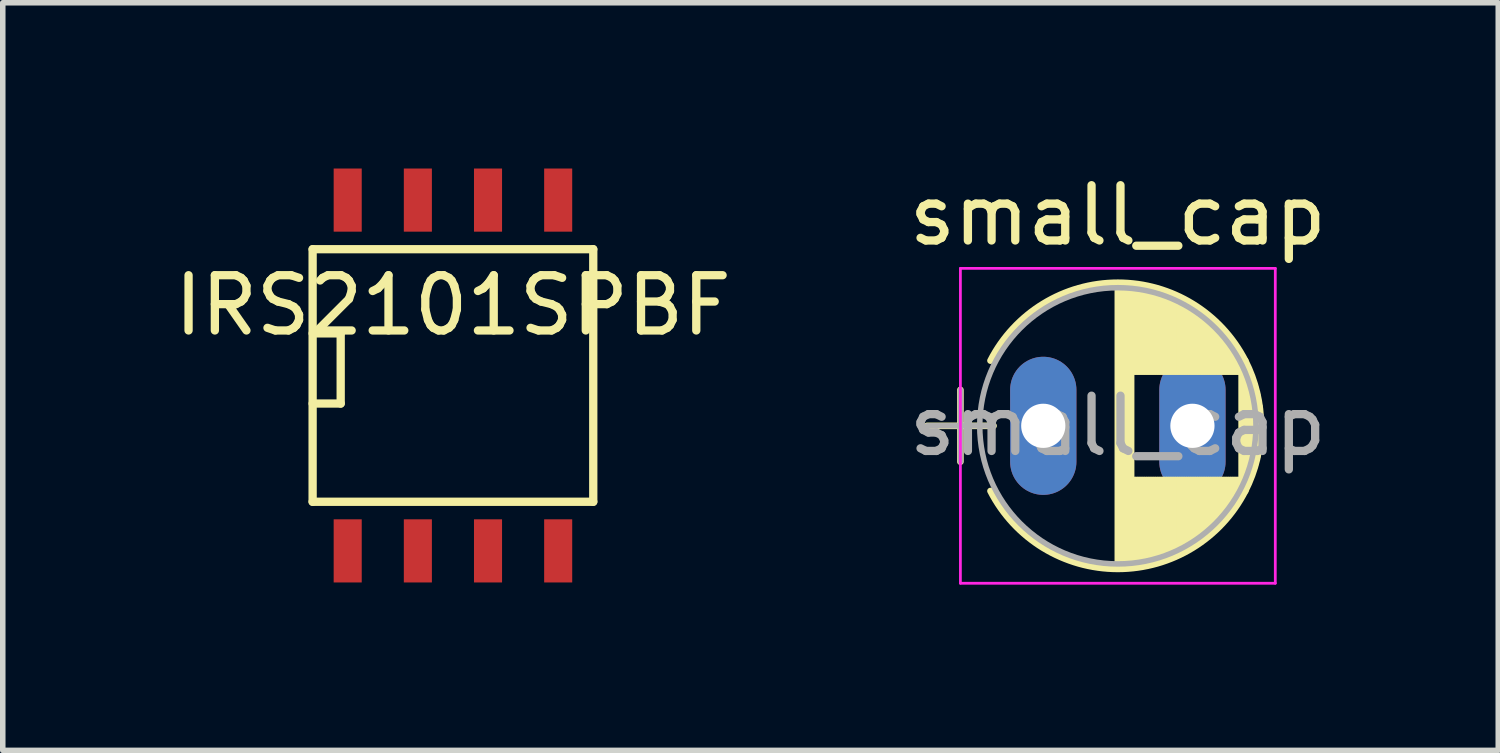
<source format=kicad_pcb>
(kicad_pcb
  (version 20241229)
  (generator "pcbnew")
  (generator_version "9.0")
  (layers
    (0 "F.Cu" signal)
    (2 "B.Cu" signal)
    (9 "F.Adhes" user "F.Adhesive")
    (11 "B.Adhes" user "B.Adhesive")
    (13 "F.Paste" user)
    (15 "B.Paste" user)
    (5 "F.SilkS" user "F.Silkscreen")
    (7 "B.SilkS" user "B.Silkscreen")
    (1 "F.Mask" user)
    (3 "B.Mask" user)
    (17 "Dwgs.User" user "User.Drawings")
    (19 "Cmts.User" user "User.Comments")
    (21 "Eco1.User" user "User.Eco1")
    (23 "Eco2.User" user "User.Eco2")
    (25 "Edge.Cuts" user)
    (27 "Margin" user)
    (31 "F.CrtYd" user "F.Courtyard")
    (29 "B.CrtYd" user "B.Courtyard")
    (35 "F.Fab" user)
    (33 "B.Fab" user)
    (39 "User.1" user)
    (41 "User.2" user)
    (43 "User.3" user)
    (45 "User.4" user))
  (footprint "IRS2101SPBF"
    (layer "F.Cu")
    (at 5.149 3.747)
    (property "Reference" "IRS2101SPBF" (at 0 -1.27 0) (layer "F.SilkS") (effects (font (size 1 1) (thickness 0.15))))
    (attr smd)
    (fp_line (start -2.54 -2.286) (end 2.54 -2.286) (stroke (width 0.15) (type solid)) (layer "F.SilkS"))
    (fp_line (start -2.54 -0.762) (end -2.032 -0.762) (stroke (width 0.15) (type solid)) (layer "F.SilkS"))
    (fp_line (start -2.54 2.286) (end -2.54 -2.286) (stroke (width 0.15) (type solid)) (layer "F.SilkS"))
    (fp_line (start -2.032 -0.762) (end -2.032 0.508) (stroke (width 0.15) (type solid)) (layer "F.SilkS"))
    (fp_line (start -2.032 0.508) (end -2.54 0.508) (stroke (width 0.15) (type solid)) (layer "F.SilkS"))
    (fp_line (start 2.54 -2.286) (end 2.54 2.286) (stroke (width 0.15) (type solid)) (layer "F.SilkS"))
    (fp_line (start 2.54 2.286) (end -2.54 2.286) (stroke (width 0.15) (type solid)) (layer "F.SilkS"))
    (pad "1VCC" smd rect (at -1.905 3.175) (size 0.508 1.143) (layers "F.Cu" "F.Mask" "F.Paste"))
    (pad "2HIN" smd rect (at -0.635 3.175) (size 0.508 1.143) (layers "F.Cu" "F.Mask" "F.Paste"))
    (pad "3LIN" smd rect (at 0.635 3.175) (size 0.508 1.143) (layers "F.Cu" "F.Mask" "F.Paste"))
    (pad "4COM" smd rect (at 1.905 3.175) (size 0.508 1.143) (layers "F.Cu" "F.Mask" "F.Paste"))
    (pad "5LO" smd rect (at 1.905 -3.175) (size 0.508 1.143) (layers "F.Cu" "F.Mask" "F.Paste"))
    (pad "6VS" smd rect (at 0.635 -3.175) (size 0.508 1.143) (layers "F.Cu" "F.Mask" "F.Paste"))
    (pad "7HO" smd rect (at -0.635 -3.175) (size 0.508 1.143) (layers "F.Cu" "F.Mask" "F.Paste"))
    (pad "8VB" smd rect (at -1.905 -3.175) (size 0.508 1.143) (layers "F.Cu" "F.Mask" "F.Paste")))
  (footprint "small_cap"
    (layer "F.Cu")
    (at 15.935 4.658)
    (property "Reference" "small_cap" (at 1.25 -3.81 0) (layer "F.SilkS") (effects (font (size 1 1) (thickness 0.15))))
    (attr through_hole)
    (fp_line (start -2.2 0) (end -1 0) (stroke (width 0.12) (type solid)) (layer "F.SilkS"))
    (fp_line (start -1.6 -0.65) (end -1.6 0.65) (stroke (width 0.12) (type solid)) (layer "F.SilkS"))
    (fp_line (start 1.25 -2.55) (end 1.25 2.55) (stroke (width 0.12) (type solid)) (layer "F.SilkS"))
    (fp_line (start 1.29 -2.55) (end 1.29 2.55) (stroke (width 0.12) (type solid)) (layer "F.SilkS"))
    (fp_line (start 1.33 -2.549) (end 1.33 2.549) (stroke (width 0.12) (type solid)) (layer "F.SilkS"))
    (fp_line (start 1.37 -2.548) (end 1.37 2.548) (stroke (width 0.12) (type solid)) (layer "F.SilkS"))
    (fp_line (start 1.41 -2.546) (end 1.41 2.546) (stroke (width 0.12) (type solid)) (layer "F.SilkS"))
    (fp_line (start 1.45 -2.543) (end 1.45 2.543) (stroke (width 0.12) (type solid)) (layer "F.SilkS"))
    (fp_line (start 1.49 -2.539) (end 1.49 2.539) (stroke (width 0.12) (type solid)) (layer "F.SilkS"))
    (fp_line (start 1.53 -2.535) (end 1.53 -0.98) (stroke (width 0.12) (type solid)) (layer "F.SilkS"))
    (fp_line (start 1.53 0.98) (end 1.53 2.535) (stroke (width 0.12) (type solid)) (layer "F.SilkS"))
    (fp_line (start 1.57 -2.531) (end 1.57 -0.98) (stroke (width 0.12) (type solid)) (layer "F.SilkS"))
    (fp_line (start 1.57 0.98) (end 1.57 2.531) (stroke (width 0.12) (type solid)) (layer "F.SilkS"))
    (fp_line (start 1.61 -2.525) (end 1.61 -0.98) (stroke (width 0.12) (type solid)) (layer "F.SilkS"))
    (fp_line (start 1.61 0.98) (end 1.61 2.525) (stroke (width 0.12) (type solid)) (layer "F.SilkS"))
    (fp_line (start 1.65 -2.519) (end 1.65 -0.98) (stroke (width 0.12) (type solid)) (layer "F.SilkS"))
    (fp_line (start 1.65 0.98) (end 1.65 2.519) (stroke (width 0.12) (type solid)) (layer "F.SilkS"))
    (fp_line (start 1.69 -2.513) (end 1.69 -0.98) (stroke (width 0.12) (type solid)) (layer "F.SilkS"))
    (fp_line (start 1.69 0.98) (end 1.69 2.513) (stroke (width 0.12) (type solid)) (layer "F.SilkS"))
    (fp_line (start 1.73 -2.506) (end 1.73 -0.98) (stroke (width 0.12) (type solid)) (layer "F.SilkS"))
    (fp_line (start 1.73 0.98) (end 1.73 2.506) (stroke (width 0.12) (type solid)) (layer "F.SilkS"))
    (fp_line (start 1.77 -2.498) (end 1.77 -0.98) (stroke (width 0.12) (type solid)) (layer "F.SilkS"))
    (fp_line (start 1.77 0.98) (end 1.77 2.498) (stroke (width 0.12) (type solid)) (layer "F.SilkS"))
    (fp_line (start 1.81 -2.489) (end 1.81 -0.98) (stroke (width 0.12) (type solid)) (layer "F.SilkS"))
    (fp_line (start 1.81 0.98) (end 1.81 2.489) (stroke (width 0.12) (type solid)) (layer "F.SilkS"))
    (fp_line (start 1.85 -2.48) (end 1.85 -0.98) (stroke (width 0.12) (type solid)) (layer "F.SilkS"))
    (fp_line (start 1.85 0.98) (end 1.85 2.48) (stroke (width 0.12) (type solid)) (layer "F.SilkS"))
    (fp_line (start 1.89 -2.47) (end 1.89 -0.98) (stroke (width 0.12) (type solid)) (layer "F.SilkS"))
    (fp_line (start 1.89 0.98) (end 1.89 2.47) (stroke (width 0.12) (type solid)) (layer "F.SilkS"))
    (fp_line (start 1.93 -2.46) (end 1.93 -0.98) (stroke (width 0.12) (type solid)) (layer "F.SilkS"))
    (fp_line (start 1.93 0.98) (end 1.93 2.46) (stroke (width 0.12) (type solid)) (layer "F.SilkS"))
    (fp_line (start 1.971 -2.448) (end 1.971 -0.98) (stroke (width 0.12) (type solid)) (layer "F.SilkS"))
    (fp_line (start 1.971 0.98) (end 1.971 2.448) (stroke (width 0.12) (type solid)) (layer "F.SilkS"))
    (fp_line (start 2.011 -2.436) (end 2.011 -0.98) (stroke (width 0.12) (type solid)) (layer "F.SilkS"))
    (fp_line (start 2.011 0.98) (end 2.011 2.436) (stroke (width 0.12) (type solid)) (layer "F.SilkS"))
    (fp_line (start 2.051 -2.424) (end 2.051 -0.98) (stroke (width 0.12) (type solid)) (layer "F.SilkS"))
    (fp_line (start 2.051 0.98) (end 2.051 2.424) (stroke (width 0.12) (type solid)) (layer "F.SilkS"))
    (fp_line (start 2.091 -2.41) (end 2.091 -0.98) (stroke (width 0.12) (type solid)) (layer "F.SilkS"))
    (fp_line (start 2.091 0.98) (end 2.091 2.41) (stroke (width 0.12) (type solid)) (layer "F.SilkS"))
    (fp_line (start 2.131 -2.396) (end 2.131 -0.98) (stroke (width 0.12) (type solid)) (layer "F.SilkS"))
    (fp_line (start 2.131 0.98) (end 2.131 2.396) (stroke (width 0.12) (type solid)) (layer "F.SilkS"))
    (fp_line (start 2.171 -2.382) (end 2.171 -0.98) (stroke (width 0.12) (type solid)) (layer "F.SilkS"))
    (fp_line (start 2.171 0.98) (end 2.171 2.382) (stroke (width 0.12) (type solid)) (layer "F.SilkS"))
    (fp_line (start 2.211 -2.366) (end 2.211 -0.98) (stroke (width 0.12) (type solid)) (layer "F.SilkS"))
    (fp_line (start 2.211 0.98) (end 2.211 2.366) (stroke (width 0.12) (type solid)) (layer "F.SilkS"))
    (fp_line (start 2.251 -2.35) (end 2.251 -0.98) (stroke (width 0.12) (type solid)) (layer "F.SilkS"))
    (fp_line (start 2.251 0.98) (end 2.251 2.35) (stroke (width 0.12) (type solid)) (layer "F.SilkS"))
    (fp_line (start 2.291 -2.333) (end 2.291 -0.98) (stroke (width 0.12) (type solid)) (layer "F.SilkS"))
    (fp_line (start 2.291 0.98) (end 2.291 2.333) (stroke (width 0.12) (type solid)) (layer "F.SilkS"))
    (fp_line (start 2.331 -2.315) (end 2.331 -0.98) (stroke (width 0.12) (type solid)) (layer "F.SilkS"))
    (fp_line (start 2.331 0.98) (end 2.331 2.315) (stroke (width 0.12) (type solid)) (layer "F.SilkS"))
    (fp_line (start 2.371 -2.296) (end 2.371 -0.98) (stroke (width 0.12) (type solid)) (layer "F.SilkS"))
    (fp_line (start 2.371 0.98) (end 2.371 2.296) (stroke (width 0.12) (type solid)) (layer "F.SilkS"))
    (fp_line (start 2.411 -2.276) (end 2.411 -0.98) (stroke (width 0.12) (type solid)) (layer "F.SilkS"))
    (fp_line (start 2.411 0.98) (end 2.411 2.276) (stroke (width 0.12) (type solid)) (layer "F.SilkS"))
    (fp_line (start 2.451 -2.256) (end 2.451 -0.98) (stroke (width 0.12) (type solid)) (layer "F.SilkS"))
    (fp_line (start 2.451 0.98) (end 2.451 2.256) (stroke (width 0.12) (type solid)) (layer "F.SilkS"))
    (fp_line (start 2.491 -2.234) (end 2.491 -0.98) (stroke (width 0.12) (type solid)) (layer "F.SilkS"))
    (fp_line (start 2.491 0.98) (end 2.491 2.234) (stroke (width 0.12) (type solid)) (layer "F.SilkS"))
    (fp_line (start 2.531 -2.212) (end 2.531 -0.98) (stroke (width 0.12) (type solid)) (layer "F.SilkS"))
    (fp_line (start 2.531 0.98) (end 2.531 2.212) (stroke (width 0.12) (type solid)) (layer "F.SilkS"))
    (fp_line (start 2.571 -2.189) (end 2.571 -0.98) (stroke (width 0.12) (type solid)) (layer "F.SilkS"))
    (fp_line (start 2.571 0.98) (end 2.571 2.189) (stroke (width 0.12) (type solid)) (layer "F.SilkS"))
    (fp_line (start 2.611 -2.165) (end 2.611 -0.98) (stroke (width 0.12) (type solid)) (layer "F.SilkS"))
    (fp_line (start 2.611 0.98) (end 2.611 2.165) (stroke (width 0.12) (type solid)) (layer "F.SilkS"))
    (fp_line (start 2.651 -2.14) (end 2.651 -0.98) (stroke (width 0.12) (type solid)) (layer "F.SilkS"))
    (fp_line (start 2.651 0.98) (end 2.651 2.14) (stroke (width 0.12) (type solid)) (layer "F.SilkS"))
    (fp_line (start 2.691 -2.113) (end 2.691 -0.98) (stroke (width 0.12) (type solid)) (layer "F.SilkS"))
    (fp_line (start 2.691 0.98) (end 2.691 2.113) (stroke (width 0.12) (type solid)) (layer "F.SilkS"))
    (fp_line (start 2.731 -2.086) (end 2.731 -0.98) (stroke (width 0.12) (type solid)) (layer "F.SilkS"))
    (fp_line (start 2.731 0.98) (end 2.731 2.086) (stroke (width 0.12) (type solid)) (layer "F.SilkS"))
    (fp_line (start 2.771 -2.058) (end 2.771 -0.98) (stroke (width 0.12) (type solid)) (layer "F.SilkS"))
    (fp_line (start 2.771 0.98) (end 2.771 2.058) (stroke (width 0.12) (type solid)) (layer "F.SilkS"))
    (fp_line (start 2.811 -2.028) (end 2.811 -0.98) (stroke (width 0.12) (type solid)) (layer "F.SilkS"))
    (fp_line (start 2.811 0.98) (end 2.811 2.028) (stroke (width 0.12) (type solid)) (layer "F.SilkS"))
    (fp_line (start 2.851 -1.997) (end 2.851 -0.98) (stroke (width 0.12) (type solid)) (layer "F.SilkS"))
    (fp_line (start 2.851 0.98) (end 2.851 1.997) (stroke (width 0.12) (type solid)) (layer "F.SilkS"))
    (fp_line (start 2.891 -1.965) (end 2.891 -0.98) (stroke (width 0.12) (type solid)) (layer "F.SilkS"))
    (fp_line (start 2.891 0.98) (end 2.891 1.965) (stroke (width 0.12) (type solid)) (layer "F.SilkS"))
    (fp_line (start 2.931 -1.932) (end 2.931 -0.98) (stroke (width 0.12) (type solid)) (layer "F.SilkS"))
    (fp_line (start 2.931 0.98) (end 2.931 1.932) (stroke (width 0.12) (type solid)) (layer "F.SilkS"))
    (fp_line (start 2.971 -1.897) (end 2.971 -0.98) (stroke (width 0.12) (type solid)) (layer "F.SilkS"))
    (fp_line (start 2.971 0.98) (end 2.971 1.897) (stroke (width 0.12) (type solid)) (layer "F.SilkS"))
    (fp_line (start 3.011 -1.861) (end 3.011 -0.98) (stroke (width 0.12) (type solid)) (layer "F.SilkS"))
    (fp_line (start 3.011 0.98) (end 3.011 1.861) (stroke (width 0.12) (type solid)) (layer "F.SilkS"))
    (fp_line (start 3.051 -1.823) (end 3.051 -0.98) (stroke (width 0.12) (type solid)) (layer "F.SilkS"))
    (fp_line (start 3.051 0.98) (end 3.051 1.823) (stroke (width 0.12) (type solid)) (layer "F.SilkS"))
    (fp_line (start 3.091 -1.783) (end 3.091 -0.98) (stroke (width 0.12) (type solid)) (layer "F.SilkS"))
    (fp_line (start 3.091 0.98) (end 3.091 1.783) (stroke (width 0.12) (type solid)) (layer "F.SilkS"))
    (fp_line (start 3.131 -1.742) (end 3.131 -0.98) (stroke (width 0.12) (type solid)) (layer "F.SilkS"))
    (fp_line (start 3.131 0.98) (end 3.131 1.742) (stroke (width 0.12) (type solid)) (layer "F.SilkS"))
    (fp_line (start 3.171 -1.699) (end 3.171 -0.98) (stroke (width 0.12) (type solid)) (layer "F.SilkS"))
    (fp_line (start 3.171 0.98) (end 3.171 1.699) (stroke (width 0.12) (type solid)) (layer "F.SilkS"))
    (fp_line (start 3.211 -1.654) (end 3.211 -0.98) (stroke (width 0.12) (type solid)) (layer "F.SilkS"))
    (fp_line (start 3.211 0.98) (end 3.211 1.654) (stroke (width 0.12) (type solid)) (layer "F.SilkS"))
    (fp_line (start 3.251 -1.606) (end 3.251 -0.98) (stroke (width 0.12) (type solid)) (layer "F.SilkS"))
    (fp_line (start 3.251 0.98) (end 3.251 1.606) (stroke (width 0.12) (type solid)) (layer "F.SilkS"))
    (fp_line (start 3.291 -1.556) (end 3.291 -0.98) (stroke (width 0.12) (type solid)) (layer "F.SilkS"))
    (fp_line (start 3.291 0.98) (end 3.291 1.556) (stroke (width 0.12) (type solid)) (layer "F.SilkS"))
    (fp_line (start 3.331 -1.504) (end 3.331 -0.98) (stroke (width 0.12) (type solid)) (layer "F.SilkS"))
    (fp_line (start 3.331 0.98) (end 3.331 1.504) (stroke (width 0.12) (type solid)) (layer "F.SilkS"))
    (fp_line (start 3.371 -1.448) (end 3.371 -0.98) (stroke (width 0.12) (type solid)) (layer "F.SilkS"))
    (fp_line (start 3.371 0.98) (end 3.371 1.448) (stroke (width 0.12) (type solid)) (layer "F.SilkS"))
    (fp_line (start 3.411 -1.39) (end 3.411 -0.98) (stroke (width 0.12) (type solid)) (layer "F.SilkS"))
    (fp_line (start 3.411 0.98) (end 3.411 1.39) (stroke (width 0.12) (type solid)) (layer "F.SilkS"))
    (fp_line (start 3.451 -1.327) (end 3.451 -0.98) (stroke (width 0.12) (type solid)) (layer "F.SilkS"))
    (fp_line (start 3.451 0.98) (end 3.451 1.327) (stroke (width 0.12) (type solid)) (layer "F.SilkS"))
    (fp_line (start 3.491 -1.261) (end 3.491 1.261) (stroke (width 0.12) (type solid)) (layer "F.SilkS"))
    (fp_line (start 3.531 -1.189) (end 3.531 1.189) (stroke (width 0.12) (type solid)) (layer "F.SilkS"))
    (fp_line (start 3.571 -1.112) (end 3.571 1.112) (stroke (width 0.12) (type solid)) (layer "F.SilkS"))
    (fp_line (start 3.611 -1.028) (end 3.611 1.028) (stroke (width 0.12) (type solid)) (layer "F.SilkS"))
    (fp_line (start 3.651 -0.934) (end 3.651 0.934) (stroke (width 0.12) (type solid)) (layer "F.SilkS"))
    (fp_line (start 3.691 -0.829) (end 3.691 0.829) (stroke (width 0.12) (type solid)) (layer "F.SilkS"))
    (fp_line (start 3.731 -0.707) (end 3.731 0.707) (stroke (width 0.12) (type solid)) (layer "F.SilkS"))
    (fp_line (start 3.771 -0.559) (end 3.771 0.559) (stroke (width 0.12) (type solid)) (layer "F.SilkS"))
    (fp_line (start 3.811 -0.354) (end 3.811 0.354) (stroke (width 0.12) (type solid)) (layer "F.SilkS"))
    (fp_arc (start -1.05558 -1.18) (mid 1.250156 -2.59) (end 3.555722 -1.179722) (stroke (width 0.12) (type solid)) (layer "F.SilkS"))
    (fp_arc (start 3.55558 -1.18) (mid 3.84 -0.000156) (end 3.555722 1.179722) (stroke (width 0.12) (type solid)) (layer "F.SilkS"))
    (fp_arc (start 3.555722 1.179722) (mid 1.250156 2.59) (end -1.05558 1.18) (stroke (width 0.12) (type solid)) (layer "F.SilkS"))
    (fp_line (start -1.6 -2.85) (end -1.6 2.85) (stroke (width 0.05) (type solid)) (layer "F.CrtYd"))
    (fp_line (start -1.6 2.85) (end 4.1 2.85) (stroke (width 0.05) (type solid)) (layer "F.CrtYd"))
    (fp_line (start 4.1 -2.85) (end -1.6 -2.85) (stroke (width 0.05) (type solid)) (layer "F.CrtYd"))
    (fp_line (start 4.1 2.85) (end 4.1 -2.85) (stroke (width 0.05) (type solid)) (layer "F.CrtYd"))
    (fp_line (start -2.2 0) (end -1 0) (stroke (width 0.1) (type solid)) (layer "F.Fab"))
    (fp_line (start -1.6 -0.65) (end -1.6 0.65) (stroke (width 0.1) (type solid)) (layer "F.Fab"))
    (fp_circle (center 1.25 0) (end 3.75 0) (stroke (width 0.1) (type solid)) (fill no) (layer "F.Fab"))
    (fp_text user "${REFERENCE}" (at 1.25 0 0) (layer "F.Fab") (effects (font (size 1 1) (thickness 0.15))))
    (pad "1" thru_hole oval (at -0.1 0 90) (size 2.5 1.2) (drill 0.8) (layers "*.Cu" "*.Mask"))
    (pad "2" thru_hole oval (at 2.6 0 90) (size 2.5 1.2) (drill 0.8) (layers "*.Cu" "*.Mask")))
  (gr_rect
    (start -3 -3)
    (end 24.071 10.533)
    (stroke (width 0.1) (type default))
    (fill no)
    (layer "Edge.Cuts")))
</source>
